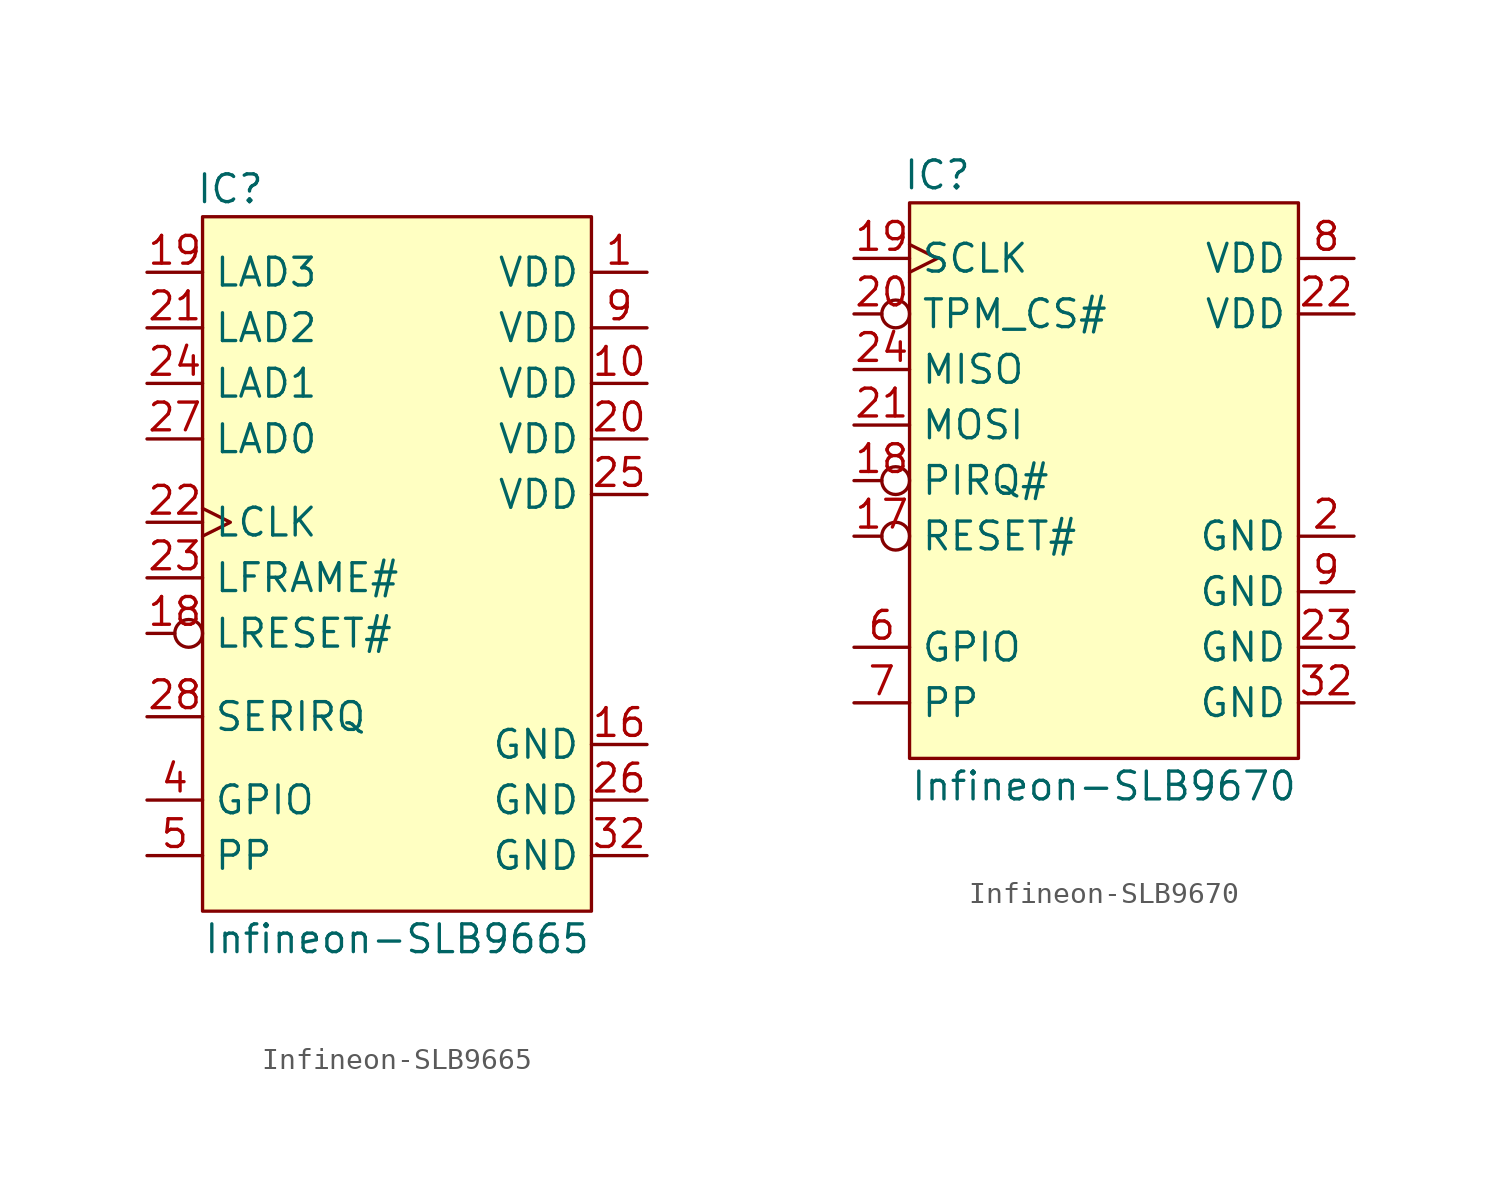
<source format=kicad_sym>
(kicad_symbol_lib
  (version 20210619)
  (generator kicad_symbol_editor)
  (symbol "tpm:Infineon-SLB9665"
    (property "Reference" "IC"
      (at -7.62 17.78 0)
      (effects (font (size 1.27 1.27))))
    (property "Value" "Infineon-SLB9665"
      (at 0 -16.51 0)
      (effects (font (size 1.27 1.27))))
    (symbol "Infineon-SLB9665_0_1"
      (rectangle (start -8.89 16.51) (end 8.89 -15.24) (stroke (width 0.152)) (fill (type background))))
    (symbol "Infineon-SLB9665_1_1"
      (pin power_in line (at 11.43 13.97 180) (length 2.54) (name "VDD" (effects (font (size 1.27 1.27)))) (number "1" (effects (font (size 1.27 1.27)))))
      (pin power_in line (at 11.43 8.89 180) (length 2.54) (name "VDD" (effects (font (size 1.27 1.27)))) (number "10" (effects (font (size 1.27 1.27)))))
      (pin power_in line (at 11.43 -7.62 180) (length 2.54) (name "GND" (effects (font (size 1.27 1.27)))) (number "16" (effects (font (size 1.27 1.27)))))
      (pin input inverted (at -11.43 -2.54 0) (length 2.54) (name "LRESET#" (effects (font (size 1.27 1.27)))) (number "18" (effects (font (size 1.27 1.27)))))
      (pin bidirectional line (at -11.43 13.97 0) (length 2.54) (name "LAD3" (effects (font (size 1.27 1.27)))) (number "19" (effects (font (size 1.27 1.27)))))
      (pin power_in line (at 11.43 6.35 180) (length 2.54) (name "VDD" (effects (font (size 1.27 1.27)))) (number "20" (effects (font (size 1.27 1.27)))))
      (pin bidirectional line (at -11.43 11.43 0) (length 2.54) (name "LAD2" (effects (font (size 1.27 1.27)))) (number "21" (effects (font (size 1.27 1.27)))))
      (pin input clock (at -11.43 2.54 0) (length 2.54) (name "LCLK" (effects (font (size 1.27 1.27)))) (number "22" (effects (font (size 1.27 1.27)))))
      (pin input line (at -11.43 0 0) (length 2.54) (name "LFRAME#" (effects (font (size 1.27 1.27)))) (number "23" (effects (font (size 1.27 1.27)))))
      (pin bidirectional line (at -11.43 8.89 0) (length 2.54) (name "LAD1" (effects (font (size 1.27 1.27)))) (number "24" (effects (font (size 1.27 1.27)))))
      (pin power_in line (at 11.43 3.81 180) (length 2.54) (name "VDD" (effects (font (size 1.27 1.27)))) (number "25" (effects (font (size 1.27 1.27)))))
      (pin power_in line (at 11.43 -10.16 180) (length 2.54) (name "GND" (effects (font (size 1.27 1.27)))) (number "26" (effects (font (size 1.27 1.27)))))
      (pin bidirectional line (at -11.43 6.35 0) (length 2.54) (name "LAD0" (effects (font (size 1.27 1.27)))) (number "27" (effects (font (size 1.27 1.27)))))
      (pin bidirectional line (at -11.43 -6.35 0) (length 2.54) (name "SERIRQ" (effects (font (size 1.27 1.27)))) (number "28" (effects (font (size 1.27 1.27)))))
      (pin power_in line (at 11.43 -12.7 180) (length 2.54) (name "GND" (effects (font (size 1.27 1.27)))) (number "32" (effects (font (size 1.27 1.27)))))
      (pin bidirectional line (at -11.43 -10.16 0) (length 2.54) (name "GPIO" (effects (font (size 1.27 1.27)))) (number "4" (effects (font (size 1.27 1.27)))))
      (pin input line (at -11.43 -12.7 0) (length 2.54) (name "PP" (effects (font (size 1.27 1.27)))) (number "5" (effects (font (size 1.27 1.27)))))
      (pin power_in line (at 11.43 11.43 180) (length 2.54) (name "VDD" (effects (font (size 1.27 1.27)))) (number "9" (effects (font (size 1.27 1.27)))))))
  (symbol "tpm:Infineon-SLB9670"
    (property "Reference" "IC"
      (at -7.62 13.97 0)
      (effects (font (size 1.27 1.27))))
    (property "Value" "Infineon-SLB9670"
      (at 0 -13.97 0)
      (effects (font (size 1.27 1.27))))
    (symbol "Infineon-SLB9670_0_1"
      (rectangle (start -8.89 12.7) (end 8.89 -12.7) (stroke (width 0.152)) (fill (type background))))
    (symbol "Infineon-SLB9670_1_1"
      (pin input inverted (at -11.43 -2.54 0) (length 2.54) (name "RESET#" (effects (font (size 1.27 1.27)))) (number "17" (effects (font (size 1.27 1.27)))))
      (pin output inverted (at -11.43 0 0) (length 2.54) (name "PIRQ#" (effects (font (size 1.27 1.27)))) (number "18" (effects (font (size 1.27 1.27)))))
      (pin input clock (at -11.43 10.16 0) (length 2.54) (name "SCLK" (effects (font (size 1.27 1.27)))) (number "19" (effects (font (size 1.27 1.27)))))
      (pin power_in line (at 11.43 -2.54 180) (length 2.54) (name "GND" (effects (font (size 1.27 1.27)))) (number "2" (effects (font (size 1.27 1.27)))))
      (pin input inverted (at -11.43 7.62 0) (length 2.54) (name "TPM_CS#" (effects (font (size 1.27 1.27)))) (number "20" (effects (font (size 1.27 1.27)))))
      (pin input line (at -11.43 2.54 0) (length 2.54) (name "MOSI" (effects (font (size 1.27 1.27)))) (number "21" (effects (font (size 1.27 1.27)))))
      (pin power_in line (at 11.43 7.62 180) (length 2.54) (name "VDD" (effects (font (size 1.27 1.27)))) (number "22" (effects (font (size 1.27 1.27)))))
      (pin power_in line (at 11.43 -7.62 180) (length 2.54) (name "GND" (effects (font (size 1.27 1.27)))) (number "23" (effects (font (size 1.27 1.27)))))
      (pin output line (at -11.43 5.08 0) (length 2.54) (name "MISO" (effects (font (size 1.27 1.27)))) (number "24" (effects (font (size 1.27 1.27)))))
      (pin power_in line (at 11.43 -10.16 180) (length 2.54) (name "GND" (effects (font (size 1.27 1.27)))) (number "32" (effects (font (size 1.27 1.27)))))
      (pin bidirectional line (at -11.43 -7.62 0) (length 2.54) (name "GPIO" (effects (font (size 1.27 1.27)))) (number "6" (effects (font (size 1.27 1.27)))))
      (pin input line (at -11.43 -10.16 0) (length 2.54) (name "PP" (effects (font (size 1.27 1.27)))) (number "7" (effects (font (size 1.27 1.27)))))
      (pin power_in line (at 11.43 10.16 180) (length 2.54) (name "VDD" (effects (font (size 1.27 1.27)))) (number "8" (effects (font (size 1.27 1.27)))))
      (pin power_in line (at 11.43 -5.08 180) (length 2.54) (name "GND" (effects (font (size 1.27 1.27)))) (number "9" (effects (font (size 1.27 1.27))))))))
</source>
